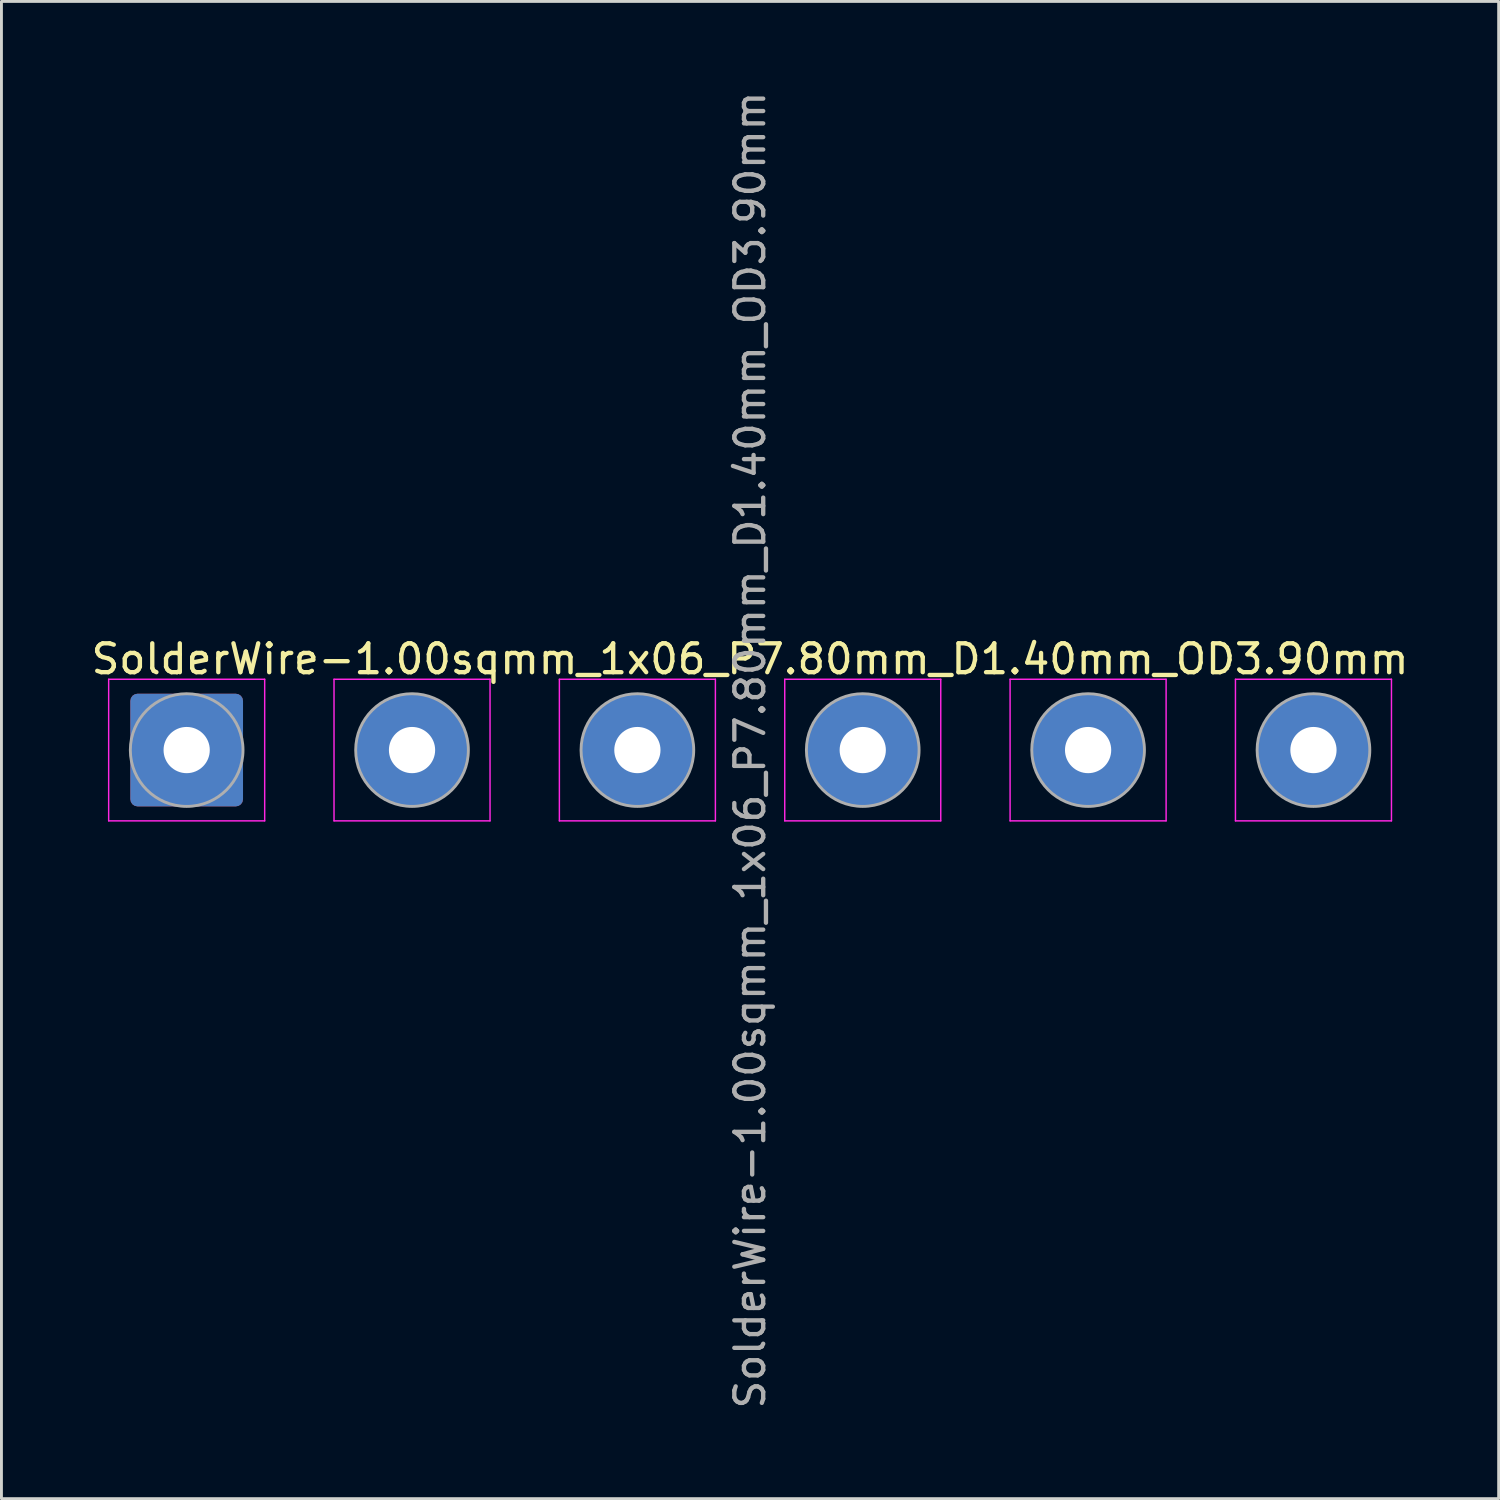
<source format=kicad_pcb>
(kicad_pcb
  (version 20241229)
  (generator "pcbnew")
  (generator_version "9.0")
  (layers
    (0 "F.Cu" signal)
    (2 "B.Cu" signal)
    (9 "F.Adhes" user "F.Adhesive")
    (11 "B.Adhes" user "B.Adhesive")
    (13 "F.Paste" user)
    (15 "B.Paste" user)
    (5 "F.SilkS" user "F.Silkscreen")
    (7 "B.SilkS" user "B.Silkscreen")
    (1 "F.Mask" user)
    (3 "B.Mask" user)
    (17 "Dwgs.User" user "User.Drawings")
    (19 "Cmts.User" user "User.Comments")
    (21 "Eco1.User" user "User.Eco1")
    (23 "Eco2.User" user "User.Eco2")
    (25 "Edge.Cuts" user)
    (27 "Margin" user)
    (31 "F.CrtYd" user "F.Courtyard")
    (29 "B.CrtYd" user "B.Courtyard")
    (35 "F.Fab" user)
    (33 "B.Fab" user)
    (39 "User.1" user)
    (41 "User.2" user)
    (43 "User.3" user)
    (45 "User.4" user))
  (footprint "SolderWire-1.00sqmm_1x06_P7.80mm_D1.40mm_OD3.90mm"
    (layer "F.Cu")
    (at 3.411 22.911)
    (property "Reference" "SolderWire-1.00sqmm_1x06_P7.80mm_D1.40mm_OD3.90mm" (at 19.5 -3.15 0) (layer "F.SilkS") (effects (font (size 1 1) (thickness 0.15))))
    (attr exclude_from_pos_files exclude_from_bom)
    (fp_line (start -2.7 -2.45) (end -2.7 2.45) (stroke (width 0.05) (type solid)) (layer "F.CrtYd"))
    (fp_line (start -2.7 2.45) (end 2.7 2.45) (stroke (width 0.05) (type solid)) (layer "F.CrtYd"))
    (fp_line (start 2.7 -2.45) (end -2.7 -2.45) (stroke (width 0.05) (type solid)) (layer "F.CrtYd"))
    (fp_line (start 2.7 2.45) (end 2.7 -2.45) (stroke (width 0.05) (type solid)) (layer "F.CrtYd"))
    (fp_line (start 5.1 -2.45) (end 5.1 2.45) (stroke (width 0.05) (type solid)) (layer "F.CrtYd"))
    (fp_line (start 5.1 2.45) (end 10.5 2.45) (stroke (width 0.05) (type solid)) (layer "F.CrtYd"))
    (fp_line (start 10.5 -2.45) (end 5.1 -2.45) (stroke (width 0.05) (type solid)) (layer "F.CrtYd"))
    (fp_line (start 10.5 2.45) (end 10.5 -2.45) (stroke (width 0.05) (type solid)) (layer "F.CrtYd"))
    (fp_line (start 12.9 -2.45) (end 12.9 2.45) (stroke (width 0.05) (type solid)) (layer "F.CrtYd"))
    (fp_line (start 12.9 2.45) (end 18.3 2.45) (stroke (width 0.05) (type solid)) (layer "F.CrtYd"))
    (fp_line (start 18.3 -2.45) (end 12.9 -2.45) (stroke (width 0.05) (type solid)) (layer "F.CrtYd"))
    (fp_line (start 18.3 2.45) (end 18.3 -2.45) (stroke (width 0.05) (type solid)) (layer "F.CrtYd"))
    (fp_line (start 20.7 -2.45) (end 20.7 2.45) (stroke (width 0.05) (type solid)) (layer "F.CrtYd"))
    (fp_line (start 20.7 2.45) (end 26.1 2.45) (stroke (width 0.05) (type solid)) (layer "F.CrtYd"))
    (fp_line (start 26.1 -2.45) (end 20.7 -2.45) (stroke (width 0.05) (type solid)) (layer "F.CrtYd"))
    (fp_line (start 26.1 2.45) (end 26.1 -2.45) (stroke (width 0.05) (type solid)) (layer "F.CrtYd"))
    (fp_line (start 28.5 -2.45) (end 28.5 2.45) (stroke (width 0.05) (type solid)) (layer "F.CrtYd"))
    (fp_line (start 28.5 2.45) (end 33.9 2.45) (stroke (width 0.05) (type solid)) (layer "F.CrtYd"))
    (fp_line (start 33.9 -2.45) (end 28.5 -2.45) (stroke (width 0.05) (type solid)) (layer "F.CrtYd"))
    (fp_line (start 33.9 2.45) (end 33.9 -2.45) (stroke (width 0.05) (type solid)) (layer "F.CrtYd"))
    (fp_line (start 36.3 -2.45) (end 36.3 2.45) (stroke (width 0.05) (type solid)) (layer "F.CrtYd"))
    (fp_line (start 36.3 2.45) (end 41.7 2.45) (stroke (width 0.05) (type solid)) (layer "F.CrtYd"))
    (fp_line (start 41.7 -2.45) (end 36.3 -2.45) (stroke (width 0.05) (type solid)) (layer "F.CrtYd"))
    (fp_line (start 41.7 2.45) (end 41.7 -2.45) (stroke (width 0.05) (type solid)) (layer "F.CrtYd"))
    (fp_circle (center 0 0) (end 1.95 0) (stroke (width 0.1) (type solid)) (fill no) (layer "F.Fab"))
    (fp_circle (center 7.8 0) (end 9.75 0) (stroke (width 0.1) (type solid)) (fill no) (layer "F.Fab"))
    (fp_circle (center 15.6 0) (end 17.55 0) (stroke (width 0.1) (type solid)) (fill no) (layer "F.Fab"))
    (fp_circle (center 23.4 0) (end 25.35 0) (stroke (width 0.1) (type solid)) (fill no) (layer "F.Fab"))
    (fp_circle (center 31.2 0) (end 33.15 0) (stroke (width 0.1) (type solid)) (fill no) (layer "F.Fab"))
    (fp_circle (center 39 0) (end 40.95 0) (stroke (width 0.1) (type solid)) (fill no) (layer "F.Fab"))
    (fp_text user "${REFERENCE}" (at 19.5 0 90) (layer "F.Fab") (effects (font (size 1 1) (thickness 0.15))))
    (pad "1" thru_hole roundrect (at 0 0) (size 3.9 3.9) (drill 1.6) (layers "*.Cu" "*.Mask") (roundrect_rratio 0.064))
    (pad "2" thru_hole circle (at 7.8 0) (size 3.9 3.9) (drill 1.6) (layers "*.Cu" "*.Mask"))
    (pad "3" thru_hole circle (at 15.6 0) (size 3.9 3.9) (drill 1.6) (layers "*.Cu" "*.Mask"))
    (pad "4" thru_hole circle (at 23.4 0) (size 3.9 3.9) (drill 1.6) (layers "*.Cu" "*.Mask"))
    (pad "5" thru_hole circle (at 31.2 0) (size 3.9 3.9) (drill 1.6) (layers "*.Cu" "*.Mask"))
    (pad "6" thru_hole circle (at 39 0) (size 3.9 3.9) (drill 1.6) (layers "*.Cu" "*.Mask")))
  (gr_rect
    (start -3 -3)
    (end 48.821 48.821)
    (stroke (width 0.1) (type default))
    (fill no)
    (layer "Edge.Cuts")))
</source>
